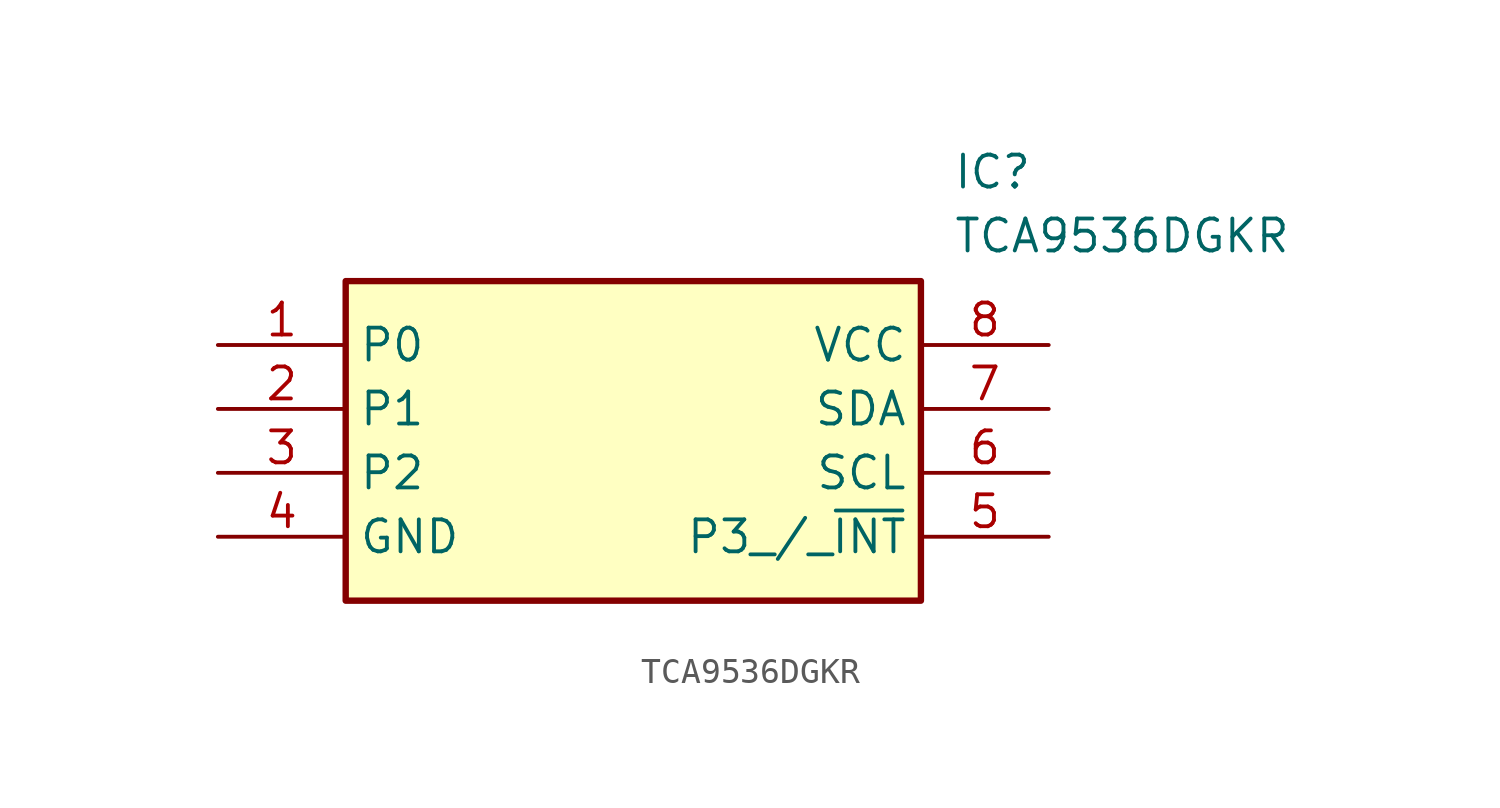
<source format=kicad_sym>
(kicad_symbol_lib
  (version 20211014)
  (generator SamacSys_ECAD_Model)
  (symbol "TCA9536DGKR"
    (property "Reference" "IC"
      (at 29.21 7.62 0)
      (effects (font (size 1.27 1.27)) (justify left top)))
    (property "Value" "TCA9536DGKR"
      (at 29.21 5.08 0)
      (effects (font (size 1.27 1.27)) (justify left top)))
    (rectangle
      (start 5.08 2.54)
      (end 27.94 -10.16)
      (stroke (width 0.254) (type default))
      (fill (type background)))
    (pin passive line
      (at 0 0 0)
      (length 5.08)
      (name "P0" (effects (font (size 1.27 1.27))))
      (number "1" (effects (font (size 1.27 1.27)))))
    (pin passive line
      (at 0 -2.54 0)
      (length 5.08)
      (name "P1" (effects (font (size 1.27 1.27))))
      (number "2" (effects (font (size 1.27 1.27)))))
    (pin passive line
      (at 0 -5.08 0)
      (length 5.08)
      (name "P2" (effects (font (size 1.27 1.27))))
      (number "3" (effects (font (size 1.27 1.27)))))
    (pin passive line
      (at 0 -7.62 0)
      (length 5.08)
      (name "GND" (effects (font (size 1.27 1.27))))
      (number "4" (effects (font (size 1.27 1.27)))))
    (pin passive line
      (at 33.02 0 180)
      (length 5.08)
      (name "VCC" (effects (font (size 1.27 1.27))))
      (number "8" (effects (font (size 1.27 1.27)))))
    (pin passive line
      (at 33.02 -2.54 180)
      (length 5.08)
      (name "SDA" (effects (font (size 1.27 1.27))))
      (number "7" (effects (font (size 1.27 1.27)))))
    (pin passive line
      (at 33.02 -5.08 180)
      (length 5.08)
      (name "SCL" (effects (font (size 1.27 1.27))))
      (number "6" (effects (font (size 1.27 1.27)))))
    (pin passive line
      (at 33.02 -7.62 180)
      (length 5.08)
      (name "P3_/_~{INT}" (effects (font (size 1.27 1.27))))
      (number "5" (effects (font (size 1.27 1.27)))))))
</source>
